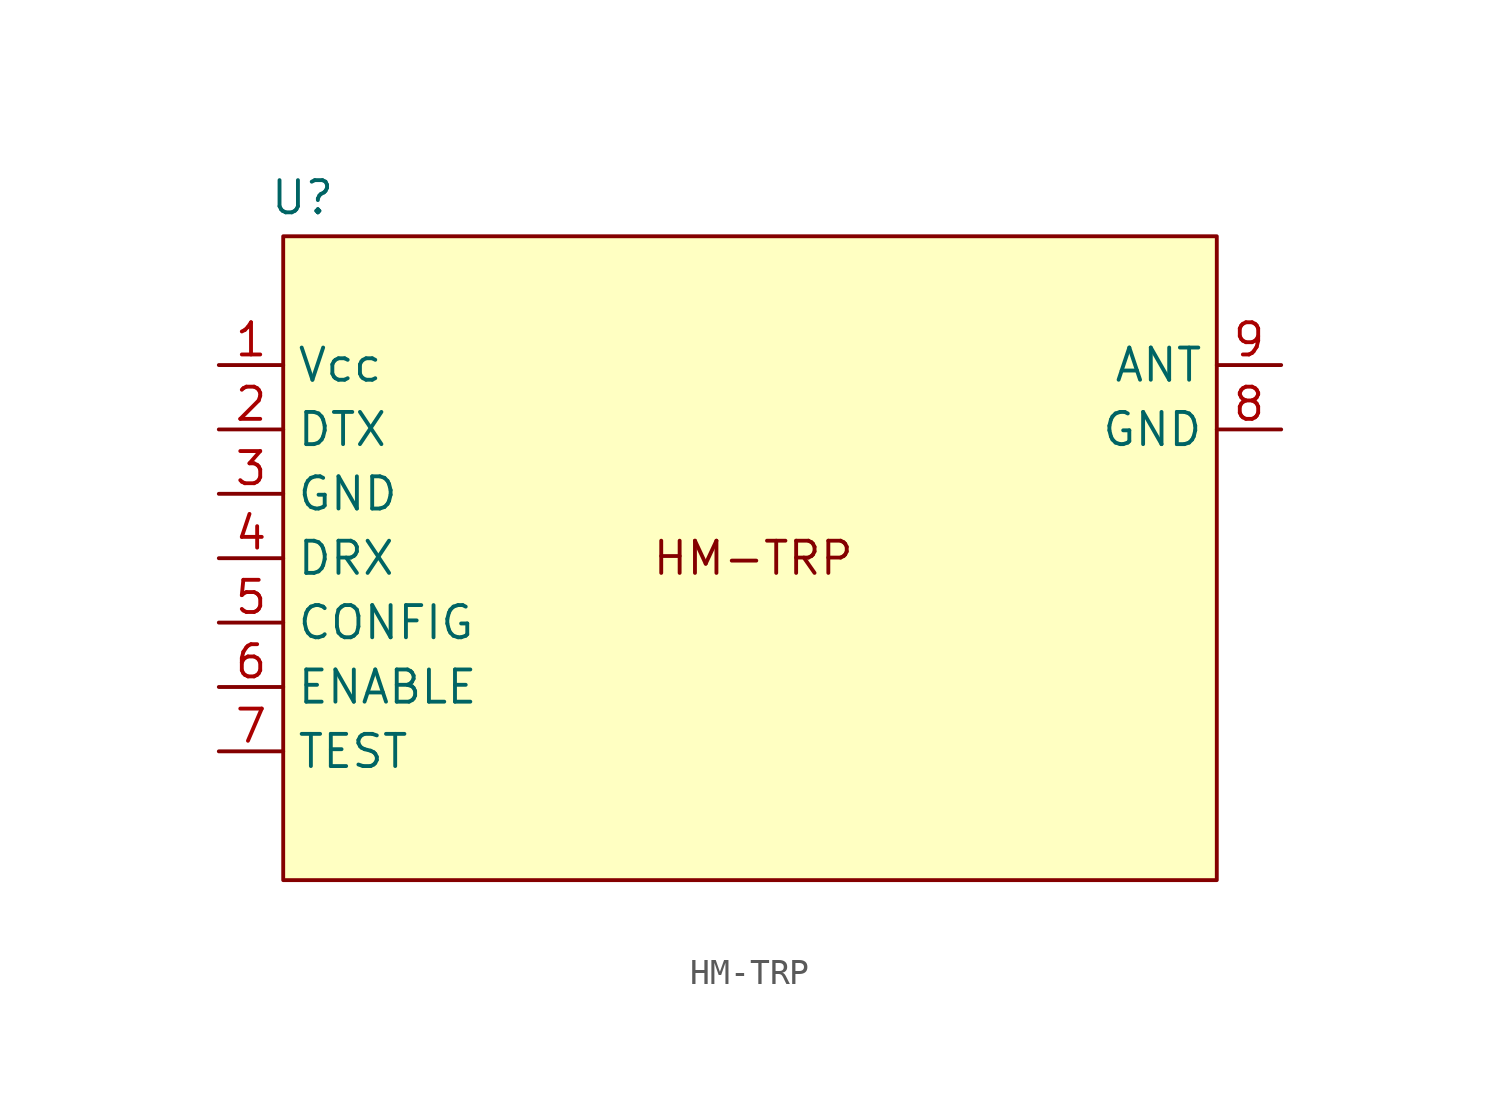
<source format=kicad_sym>
(kicad_symbol_lib
  (version 20231120)
  (generator "kicad_symbol_editor")
  (generator_version "8.0")
  (symbol "HM-TRP"
    (property "Reference" "U"
      (at 2.032 14.224 0)
      (effects (font (size 1.27 1.27))))
    (property "Value" ""
      (at -1.27 7.62 0)
      (effects (font (size 1.27 1.27))))
    (symbol "HM-TRP_0_0"
      (pin unspecified line (at -1.27 7.62 0) (length 2.54) (name "Vcc" (effects (font (size 1.27 1.27)))) (number "1" (effects (font (size 1.27 1.27)))))
      (pin unspecified line (at -1.27 5.08 0) (length 2.54) (name "DTX" (effects (font (size 1.27 1.27)))) (number "2" (effects (font (size 1.27 1.27)))))
      (pin unspecified line (at -1.27 2.54 0) (length 2.54) (name "GND" (effects (font (size 1.27 1.27)))) (number "3" (effects (font (size 1.27 1.27)))))
      (pin unspecified line (at -1.27 0 0) (length 2.54) (name "DRX" (effects (font (size 1.27 1.27)))) (number "4" (effects (font (size 1.27 1.27)))))
      (pin unspecified line (at -1.27 -2.54 0) (length 2.54) (name "CONFIG" (effects (font (size 1.27 1.27)))) (number "5" (effects (font (size 1.27 1.27)))))
      (pin unspecified line (at -1.27 -5.08 0) (length 2.54) (name "ENABLE" (effects (font (size 1.27 1.27)))) (number "6" (effects (font (size 1.27 1.27)))))
      (pin unspecified line (at -1.27 -7.62 0) (length 2.54) (name "TEST" (effects (font (size 1.27 1.27)))) (number "7" (effects (font (size 1.27 1.27)))))
      (pin unspecified line (at 40.64 5.08 180) (length 2.54) (name "GND" (effects (font (size 1.27 1.27)))) (number "8" (effects (font (size 1.27 1.27)))))
      (pin unspecified line (at 40.64 7.62 180) (length 2.54) (name "ANT" (effects (font (size 1.27 1.27)))) (number "9" (effects (font (size 1.27 1.27))))))
    (symbol "HM-TRP_1_1"
      (rectangle (start 1.27 12.7) (end 38.1 -12.7) (stroke (width 0) (type default)) (fill (type background)))
      (text "HM-TRP" (at 19.812 0 0) (effects (font (size 1.27 1.27)))))))
</source>
